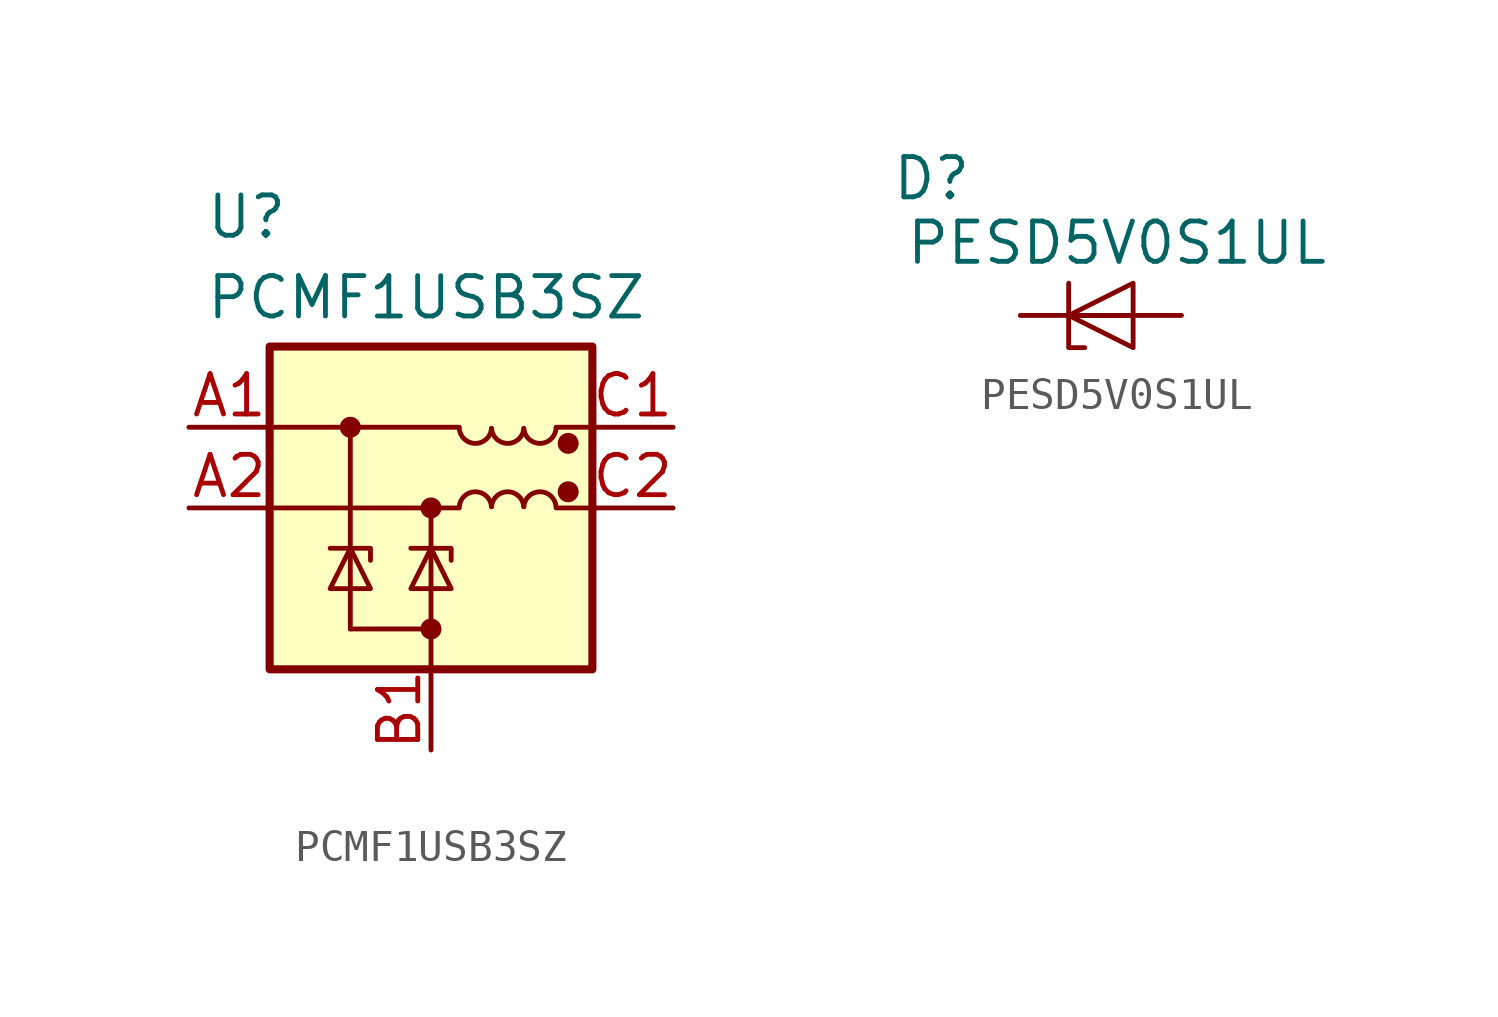
<source format=kicad_sym>
(kicad_symbol_lib
  (version 20231120)
  (generator "kicad_symbol_editor")
  (generator_version "8.0")
  (symbol "PCMF1USB3SZ"
    (pin_names hide)
    (property "Reference" "U"
      (at 0.508 7.366 0)
      (effects (font (size 1.27 1.27)) (justify left top)))
    (property "Value" "PCMF1USB3SZ"
      (at 0.508 4.826 0)
      (effects (font (size 1.27 1.27)) (justify left top)))
    (symbol "PCMF1USB3SZ_0_1"
      (polyline (pts (xy 2.54 -2.54) (xy 8.509 -2.54)) (stroke (width 0) (type default)) (fill (type none)))
      (polyline (pts (xy 2.54 0) (xy 8.509 0)) (stroke (width 0) (type default)) (fill (type none)))
      (polyline (pts (xy 5.08 0) (xy 5.08 -6.35)) (stroke (width 0) (type default)) (fill (type none)))
      (polyline (pts (xy 7.62 -2.54) (xy 7.62 -7.62)) (stroke (width 0) (type default)) (fill (type none)))
      (polyline (pts (xy 12.7 -2.54) (xy 11.557 -2.54)) (stroke (width 0) (type default)) (fill (type none)))
      (polyline (pts (xy 12.7 0) (xy 11.557 0)) (stroke (width 0) (type default)) (fill (type none)))
      (rectangle (start 2.54 2.54) (end 12.7 -7.62) (stroke (width 0.254) (type default)) (fill (type background)))
      (arc (start 8.509 -0.0377) (mid 9.017 -0.5094) (end 9.525 -0.0377) (stroke (width 0) (type default)) (fill (type none)))
      (arc (start 9.525 -2.5023) (mid 9.017 -2.0306) (end 8.509 -2.5023) (stroke (width 0) (type default)) (fill (type none)))
      (arc (start 9.525 -0.0377) (mid 10.033 -0.5094) (end 10.541 -0.0377) (stroke (width 0) (type default)) (fill (type none)))
      (arc (start 10.541 -2.5023) (mid 10.033 -2.0306) (end 9.525 -2.5023) (stroke (width 0) (type default)) (fill (type none)))
      (arc (start 10.541 -0.0377) (mid 11.049 -0.5094) (end 11.557 -0.0377) (stroke (width 0) (type default)) (fill (type none)))
      (arc (start 11.557 -2.5023) (mid 11.049 -2.0306) (end 10.541 -2.5023) (stroke (width 0) (type default)) (fill (type none))))
    (symbol "PCMF1USB3SZ_1_1"
      (polyline (pts (xy 7.62 -6.35) (xy 5.08 -6.35)) (stroke (width 0) (type default)) (fill (type none)))
      (polyline (pts (xy 5.715 -4.191) (xy 5.715 -3.81) (xy 4.445 -3.81)) (stroke (width 0) (type default)) (fill (type none)))
      (polyline (pts (xy 8.255 -4.191) (xy 8.255 -3.81) (xy 6.985 -3.81)) (stroke (width 0) (type default)) (fill (type none)))
      (polyline (pts (xy 4.445 -5.08) (xy 5.715 -5.08) (xy 5.08 -3.81) (xy 4.445 -5.08)) (stroke (width 0) (type default)) (fill (type none)))
      (polyline (pts (xy 6.985 -5.08) (xy 8.255 -5.08) (xy 7.62 -3.81) (xy 6.985 -5.08)) (stroke (width 0) (type default)) (fill (type none)))
      (circle (center 5.08 0) (radius 0.254) (stroke (width 0) (type default)) (fill (type outline)))
      (circle (center 7.62 -6.35) (radius 0.254) (stroke (width 0) (type default)) (fill (type outline)))
      (circle (center 7.62 -2.54) (radius 0.254) (stroke (width 0) (type default)) (fill (type outline)))
      (circle (center 11.938 -2.032) (radius 0.254) (stroke (width 0) (type default)) (fill (type outline)))
      (circle (center 11.938 -0.508) (radius 0.254) (stroke (width 0) (type default)) (fill (type outline)))
      (pin passive line (at 0 0 0) (length 2.54) (name "CH1_IN+" (effects (font (size 1.27 1.27)))) (number "A1" (effects (font (size 1.27 1.27)))))
      (pin passive line (at 0 -2.54 0) (length 2.54) (name "CH1_IN-" (effects (font (size 1.27 1.27)))) (number "A2" (effects (font (size 1.27 1.27)))))
      (pin power_in line (at 7.62 -10.16 90) (length 2.54) (name "GND_CH1" (effects (font (size 1.27 1.27)))) (number "B1" (effects (font (size 1.27 1.27)))))
      (pin passive line (at 15.24 0 180) (length 2.54) (name "CH1_OUT+" (effects (font (size 1.27 1.27)))) (number "C1" (effects (font (size 1.27 1.27)))))
      (pin passive line (at 15.24 -2.54 180) (length 2.54) (name "CH1_OUT-" (effects (font (size 1.27 1.27)))) (number "C2" (effects (font (size 1.27 1.27)))))))
  (symbol "PESD5V0S1UL"
    (pin_numbers hide)
    (pin_names hide)
    (property "Reference" "D"
      (at -2.794 4.318 0)
      (effects (font (size 1.27 1.27))))
    (property "Value" "PESD5V0S1UL"
      (at 3.048 2.286 0)
      (effects (font (size 1.27 1.27))))
    (symbol "PESD5V0S1UL_0_1"
      (polyline (pts (xy 1.524 0) (xy 3.556 0)) (stroke (width 0) (type default)) (fill (type none)))
      (polyline (pts (xy 1.524 1.016) (xy 1.524 -1.016) (xy 2.032 -1.016)) (stroke (width 0) (type default)) (fill (type none)))
      (polyline (pts (xy 3.556 1.016) (xy 1.524 0) (xy 3.556 -1.016) (xy 3.556 1.016)) (stroke (width 0) (type default)) (fill (type none))))
    (symbol "PESD5V0S1UL_1_1"
      (pin passive line (at 0 0 0) (length 2.54) (name "K1" (effects (font (size 1.27 1.27)))) (number "1" (effects (font (size 1.27 1.27)))))
      (pin passive line (at 5.08 0 180) (length 2.54) (name "A" (effects (font (size 1.27 1.27)))) (number "2" (effects (font (size 1.27 1.27))))))))
</source>
